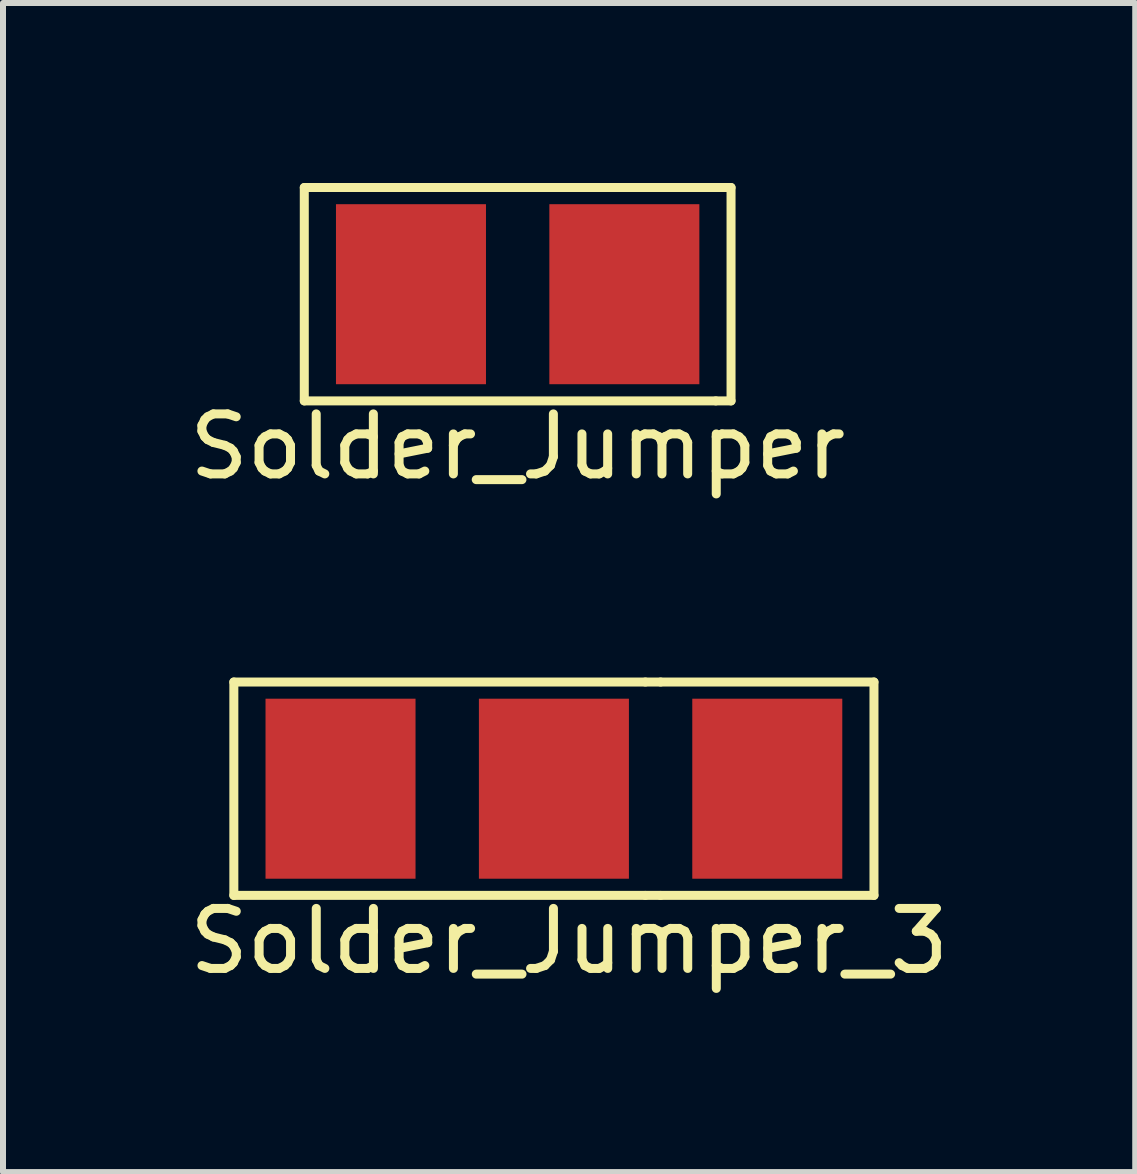
<source format=kicad_pcb>
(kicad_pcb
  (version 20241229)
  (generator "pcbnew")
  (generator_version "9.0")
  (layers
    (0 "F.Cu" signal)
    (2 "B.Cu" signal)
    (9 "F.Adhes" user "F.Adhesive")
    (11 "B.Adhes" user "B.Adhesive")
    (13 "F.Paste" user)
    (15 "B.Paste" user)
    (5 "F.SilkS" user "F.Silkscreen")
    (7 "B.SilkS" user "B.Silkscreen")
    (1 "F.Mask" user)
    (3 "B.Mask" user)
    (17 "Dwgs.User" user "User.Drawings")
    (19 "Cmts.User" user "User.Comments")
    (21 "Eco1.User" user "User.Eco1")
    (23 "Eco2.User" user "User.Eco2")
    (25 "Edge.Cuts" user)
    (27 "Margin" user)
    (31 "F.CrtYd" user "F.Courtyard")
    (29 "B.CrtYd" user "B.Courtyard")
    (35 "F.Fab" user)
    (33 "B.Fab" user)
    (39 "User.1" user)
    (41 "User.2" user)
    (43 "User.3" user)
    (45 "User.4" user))
  (footprint "Solder_Jumper_3"
    (layer "F.Cu")
    (at 4.403 10.094)
    (property "Reference" "Solder_Jumper_3" (at 2.032 2.54 0) (layer "F.SilkS") (effects (font (size 1 1) (thickness 0.15))))
    (attr through_hole)
    (fp_line (start -3.556 -1.778) (end 3.302 -1.778) (stroke (width 0.15) (type solid)) (layer "F.SilkS"))
    (fp_line (start -3.556 1.778) (end -3.556 -1.778) (stroke (width 0.15) (type solid)) (layer "F.SilkS"))
    (fp_line (start 3.302 -1.778) (end 3.556 -1.778) (stroke (width 0.15) (type solid)) (layer "F.SilkS"))
    (fp_line (start 3.302 1.778) (end -3.556 1.778) (stroke (width 0.15) (type solid)) (layer "F.SilkS"))
    (fp_line (start 3.556 -1.778) (end 7.112 -1.778) (stroke (width 0.15) (type solid)) (layer "F.SilkS"))
    (fp_line (start 3.556 1.778) (end 3.302 1.778) (stroke (width 0.15) (type solid)) (layer "F.SilkS"))
    (fp_line (start 7.112 -1.778) (end 7.112 1.778) (stroke (width 0.15) (type solid)) (layer "F.SilkS"))
    (fp_line (start 7.112 1.778) (end 3.556 1.778) (stroke (width 0.15) (type solid)) (layer "F.SilkS"))
    (pad "1" smd rect (at -1.778 0) (size 2.5 3) (layers "F.Cu" "F.Mask" "F.Paste"))
    (pad "2" smd rect (at 1.778 0) (size 2.5 3) (layers "F.Cu" "F.Mask" "F.Paste"))
    (pad "3" smd rect (at 5.334 0) (size 2.5 3) (layers "F.Cu" "F.Mask" "F.Paste")))
  (footprint "Solder_Jumper"
    (layer "F.Cu")
    (at 5.577 1.853)
    (property "Reference" "Solder_Jumper" (at 0 2.54 0) (layer "F.SilkS") (effects (font (size 1 1) (thickness 0.15))))
    (attr through_hole)
    (fp_line (start -3.556 -1.778) (end 3.302 -1.778) (stroke (width 0.15) (type solid)) (layer "F.SilkS"))
    (fp_line (start -3.556 1.778) (end -3.556 -1.778) (stroke (width 0.15) (type solid)) (layer "F.SilkS"))
    (fp_line (start 3.302 -1.778) (end 3.556 -1.778) (stroke (width 0.15) (type solid)) (layer "F.SilkS"))
    (fp_line (start 3.302 1.778) (end -3.556 1.778) (stroke (width 0.15) (type solid)) (layer "F.SilkS"))
    (fp_line (start 3.556 -1.778) (end 3.556 1.778) (stroke (width 0.15) (type solid)) (layer "F.SilkS"))
    (fp_line (start 3.556 1.778) (end 3.302 1.778) (stroke (width 0.15) (type solid)) (layer "F.SilkS"))
    (pad "1" smd rect (at -1.778 0) (size 2.5 3) (layers "F.Cu" "F.Mask" "F.Paste"))
    (pad "2" smd rect (at 1.778 0) (size 2.5 3) (layers "F.Cu" "F.Mask" "F.Paste")))
  (gr_rect
    (start -3 -3)
    (end 15.869 16.483)
    (stroke (width 0.1) (type default))
    (fill no)
    (layer "Edge.Cuts")))
</source>
